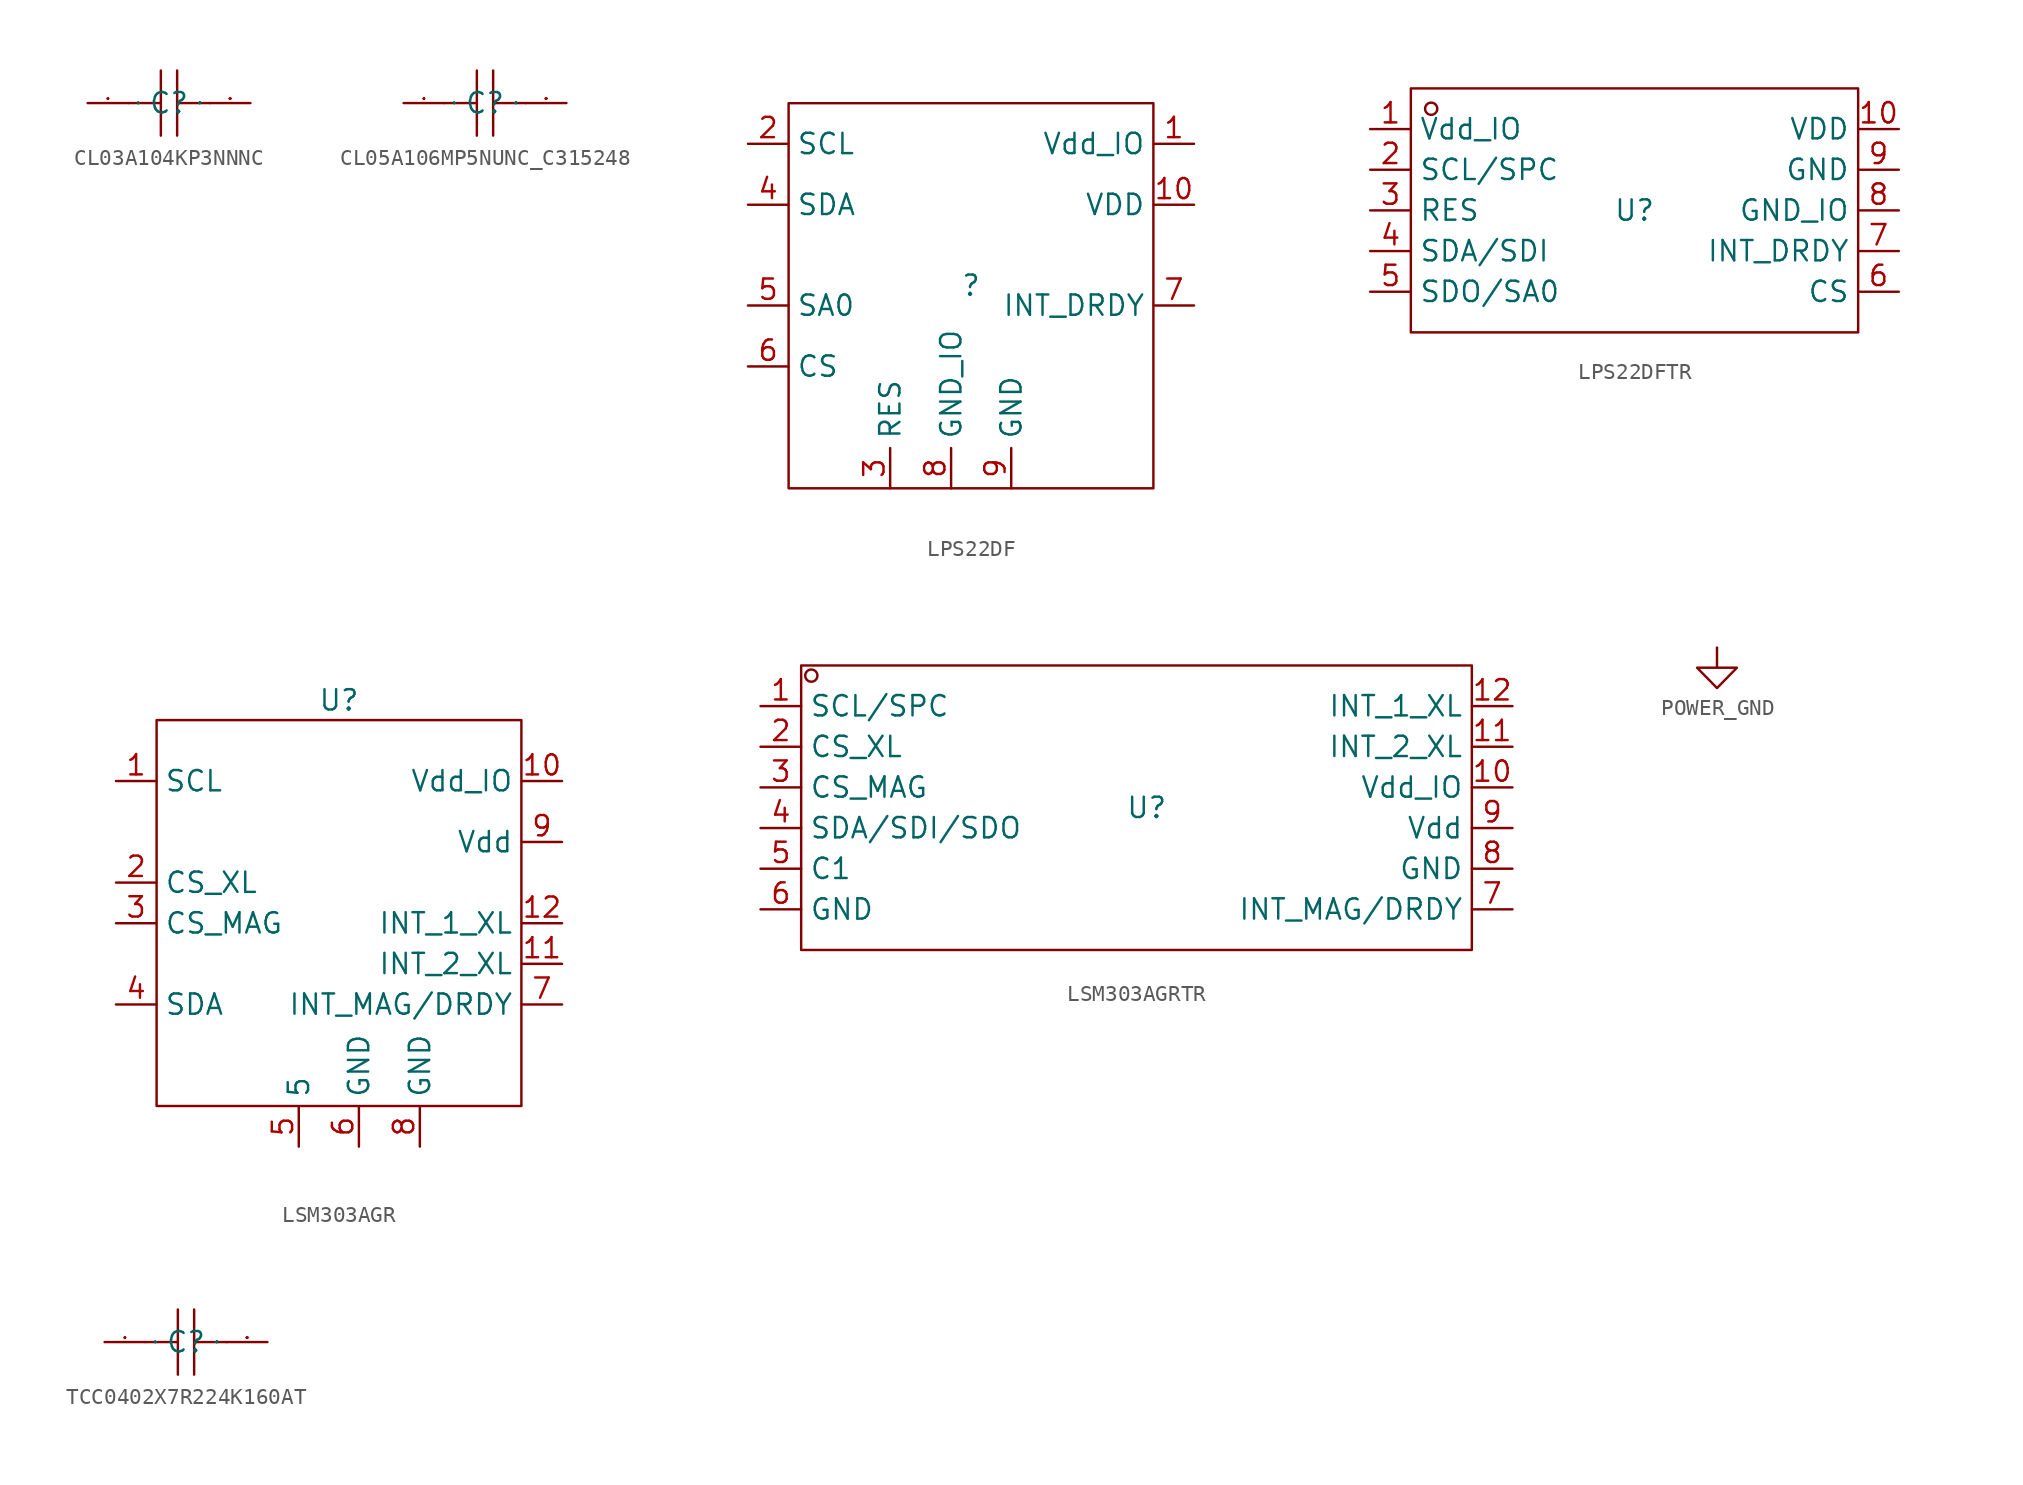
<source format=kicad_sym>
(kicad_symbol_lib
  (version 20231120)
  (generator "kicad_symbol_editor")
  (generator_version "8.0")
  (symbol "CL03A104KP3NNNC"
    (property "Reference" "C"
      (at 0 0 0)
      (effects (font (size 1.27 1.27))))
    (symbol "CL03A104KP3NNNC_1_0"
      (polyline (pts (xy -0.508 -2.032) (xy -0.508 2.032)) (stroke (width 0) (type default)) (fill (type none)))
      (polyline (pts (xy -0.508 0) (xy -2.54 0)) (stroke (width 0) (type default)) (fill (type none)))
      (polyline (pts (xy 0.508 2.032) (xy 0.508 -2.032)) (stroke (width 0) (type default)) (fill (type none)))
      (polyline (pts (xy 2.54 0) (xy 0.508 0)) (stroke (width 0) (type default)) (fill (type none)))
      (pin unspecified line (at -5.08 0 0) (length 2.54) (name "1" (effects (font (size 0.025 0.025)))) (number "1" (effects (font (size 0.025 0.025)))))
      (pin unspecified line (at 5.08 0 180) (length 2.54) (name "2" (effects (font (size 0.025 0.025)))) (number "2" (effects (font (size 0.025 0.025)))))))
  (symbol "CL05A106MP5NUNC_C315248"
    (property "Reference" "C"
      (at 0 0 0)
      (effects (font (size 1.27 1.27))))
    (symbol "CL05A106MP5NUNC_C315248_1_0"
      (polyline (pts (xy -0.508 -2.032) (xy -0.508 2.032)) (stroke (width 0) (type default)) (fill (type none)))
      (polyline (pts (xy -0.508 0) (xy -2.54 0)) (stroke (width 0) (type default)) (fill (type none)))
      (polyline (pts (xy 0.508 2.032) (xy 0.508 -2.032)) (stroke (width 0) (type default)) (fill (type none)))
      (polyline (pts (xy 2.54 0) (xy 0.508 0)) (stroke (width 0) (type default)) (fill (type none)))
      (pin unspecified line (at -5.08 0 0) (length 2.54) (name "1" (effects (font (size 0.025 0.025)))) (number "1" (effects (font (size 0.025 0.025)))))
      (pin unspecified line (at 5.08 0 180) (length 2.54) (name "2" (effects (font (size 0.025 0.025)))) (number "2" (effects (font (size 0.025 0.025)))))))
  (symbol "LPS22DF"
    (property "Reference" ""
      (at 0 0 0)
      (effects (font (size 1.27 1.27))))
    (symbol "LPS22DF_1_0"
      (rectangle (start -11.405 -12.675) (end 11.405 11.405) (stroke (width 0) (type default)) (fill (type none)))
      (pin unspecified line (at 13.945 8.865 180) (length 2.515) (name "Vdd_IO" (effects (font (size 1.27 1.27)))) (number "1" (effects (font (size 1.27 1.27)))))
      (pin unspecified line (at 13.945 5.055 180) (length 2.515) (name "VDD" (effects (font (size 1.27 1.27)))) (number "10" (effects (font (size 1.257 1.257)))))
      (pin input line (at -13.945 8.865 0) (length 2.515) (name "SCL" (effects (font (size 1.27 1.27)))) (number "2" (effects (font (size 1.27 1.27)))))
      (pin unspecified line (at -5.055 -12.675 90) (length 2.515) (name "RES" (effects (font (size 1.27 1.27)))) (number "3" (effects (font (size 1.27 1.27)))))
      (pin bidirectional line (at -13.945 5.055 0) (length 2.515) (name "SDA" (effects (font (size 1.27 1.27)))) (number "4" (effects (font (size 1.27 1.27)))))
      (pin bidirectional line (at -13.945 -1.245 0) (length 2.515) (name "SA0" (effects (font (size 1.27 1.27)))) (number "5" (effects (font (size 1.27 1.27)))))
      (pin input line (at -13.945 -5.055 0) (length 2.515) (name "CS" (effects (font (size 1.27 1.27)))) (number "6" (effects (font (size 1.27 1.27)))))
      (pin output line (at 13.945 -1.245 180) (length 2.515) (name "INT_DRDY" (effects (font (size 1.27 1.27)))) (number "7" (effects (font (size 1.27 1.27)))))
      (pin unspecified line (at -1.245 -12.675 90) (length 2.515) (name "GND_IO" (effects (font (size 1.27 1.27)))) (number "8" (effects (font (size 1.27 1.27)))))
      (pin unspecified line (at 2.515 -12.675 90) (length 2.515) (name "GND" (effects (font (size 1.27 1.27)))) (number "9" (effects (font (size 1.27 1.27)))))))
  (symbol "LPS22DFTR"
    (property "Reference" "U"
      (at 0 0 0)
      (effects (font (size 1.27 1.27))))
    (property "Value" ""
      (at 0 0 0)
      (effects (font (size 1.27 1.27))))
    (symbol "LPS22DFTR_1_0"
      (rectangle (start -13.97 -7.62) (end 13.97 7.62) (stroke (width 0) (type default)) (fill (type none)))
      (circle (center -12.7 6.35) (radius 0.381) (stroke (width 0) (type default)) (fill (type none)))
      (pin unspecified line (at -16.51 5.08 0) (length 2.54) (name "Vdd_IO" (effects (font (size 1.27 1.27)))) (number "1" (effects (font (size 1.27 1.27)))))
      (pin unspecified line (at 16.51 5.08 180) (length 2.54) (name "VDD" (effects (font (size 1.27 1.27)))) (number "10" (effects (font (size 1.27 1.27)))))
      (pin unspecified line (at -16.51 2.54 0) (length 2.54) (name "SCL/SPC" (effects (font (size 1.27 1.27)))) (number "2" (effects (font (size 1.27 1.27)))))
      (pin unspecified line (at -16.51 0 0) (length 2.54) (name "RES" (effects (font (size 1.27 1.27)))) (number "3" (effects (font (size 1.27 1.27)))))
      (pin unspecified line (at -16.51 -2.54 0) (length 2.54) (name "SDA/SDI" (effects (font (size 1.27 1.27)))) (number "4" (effects (font (size 1.27 1.27)))))
      (pin unspecified line (at -16.51 -5.08 0) (length 2.54) (name "SDO/SA0" (effects (font (size 1.27 1.27)))) (number "5" (effects (font (size 1.27 1.27)))))
      (pin unspecified line (at 16.51 -5.08 180) (length 2.54) (name "CS" (effects (font (size 1.27 1.27)))) (number "6" (effects (font (size 1.27 1.27)))))
      (pin unspecified line (at 16.51 -2.54 180) (length 2.54) (name "INT_DRDY" (effects (font (size 1.27 1.27)))) (number "7" (effects (font (size 1.27 1.27)))))
      (pin unspecified line (at 16.51 0 180) (length 2.54) (name "GND_IO" (effects (font (size 1.27 1.27)))) (number "8" (effects (font (size 1.27 1.27)))))
      (pin unspecified line (at 16.51 2.54 180) (length 2.54) (name "GND" (effects (font (size 1.27 1.27)))) (number "9" (effects (font (size 1.27 1.27)))))))
  (symbol "LSM303AGR"
    (property "Reference" "U"
      (at 0 0 0)
      (effects (font (size 1.27 1.27))))
    (symbol "LSM303AGR_1_0"
      (rectangle (start -11.405 -25.375) (end 11.405 -1.245) (stroke (width 0) (type default)) (fill (type none)))
      (pin input line (at -13.945 -5.055 0) (length 2.515) (name "SCL" (effects (font (size 1.27 1.27)))) (number "1" (effects (font (size 1.27 1.27)))))
      (pin unspecified line (at 13.945 -5.055 180) (length 2.515) (name "Vdd_IO" (effects (font (size 1.27 1.27)))) (number "10" (effects (font (size 1.257 1.257)))))
      (pin output line (at 13.945 -16.485 180) (length 2.515) (name "INT_2_XL" (effects (font (size 1.27 1.27)))) (number "11" (effects (font (size 1.257 1.257)))))
      (pin output line (at 13.945 -13.945 180) (length 2.515) (name "INT_1_XL" (effects (font (size 1.27 1.27)))) (number "12" (effects (font (size 1.257 1.257)))))
      (pin input line (at -13.945 -11.405 0) (length 2.515) (name "CS_XL" (effects (font (size 1.27 1.27)))) (number "2" (effects (font (size 1.27 1.27)))))
      (pin input line (at -13.945 -13.945 0) (length 2.515) (name "CS_MAG" (effects (font (size 1.27 1.27)))) (number "3" (effects (font (size 1.27 1.27)))))
      (pin bidirectional line (at -13.945 -19.025 0) (length 2.515) (name "SDA" (effects (font (size 1.27 1.27)))) (number "4" (effects (font (size 1.27 1.27)))))
      (pin unspecified line (at -2.515 -27.915 90) (length 2.515) (name "5" (effects (font (size 1.27 1.27)))) (number "5" (effects (font (size 1.27 1.27)))))
      (pin unspecified line (at 1.245 -27.915 90) (length 2.515) (name "GND" (effects (font (size 1.27 1.27)))) (number "6" (effects (font (size 1.27 1.27)))))
      (pin output line (at 13.945 -19.025 180) (length 2.515) (name "INT_MAG/DRDY" (effects (font (size 1.27 1.27)))) (number "7" (effects (font (size 1.27 1.27)))))
      (pin unspecified line (at 5.055 -27.915 90) (length 2.515) (name "GND" (effects (font (size 1.27 1.27)))) (number "8" (effects (font (size 1.27 1.27)))))
      (pin unspecified line (at 13.945 -8.865 180) (length 2.515) (name "Vdd" (effects (font (size 1.27 1.27)))) (number "9" (effects (font (size 1.27 1.27)))))))
  (symbol "LSM303AGRTR"
    (property "Reference" "U"
      (at 0 0 0)
      (effects (font (size 1.27 1.27))))
    (property "Value" ""
      (at 0 0 0)
      (effects (font (size 1.27 1.27))))
    (symbol "LSM303AGRTR_1_0"
      (rectangle (start -21.59 -8.89) (end 20.32 8.89) (stroke (width 0) (type default)) (fill (type none)))
      (circle (center -20.955 8.255) (radius 0.381) (stroke (width 0) (type default)) (fill (type none)))
      (pin unspecified line (at -24.13 6.35 0) (length 2.54) (name "SCL/SPC" (effects (font (size 1.27 1.27)))) (number "1" (effects (font (size 1.27 1.27)))))
      (pin unspecified line (at 22.86 1.27 180) (length 2.54) (name "Vdd_IO" (effects (font (size 1.27 1.27)))) (number "10" (effects (font (size 1.27 1.27)))))
      (pin unspecified line (at 22.86 3.81 180) (length 2.54) (name "INT_2_XL" (effects (font (size 1.27 1.27)))) (number "11" (effects (font (size 1.27 1.27)))))
      (pin unspecified line (at 22.86 6.35 180) (length 2.54) (name "INT_1_XL" (effects (font (size 1.27 1.27)))) (number "12" (effects (font (size 1.27 1.27)))))
      (pin unspecified line (at -24.13 3.81 0) (length 2.54) (name "CS_XL" (effects (font (size 1.27 1.27)))) (number "2" (effects (font (size 1.27 1.27)))))
      (pin unspecified line (at -24.13 1.27 0) (length 2.54) (name "CS_MAG" (effects (font (size 1.27 1.27)))) (number "3" (effects (font (size 1.27 1.27)))))
      (pin unspecified line (at -24.13 -1.27 0) (length 2.54) (name "SDA/SDI/SDO" (effects (font (size 1.27 1.27)))) (number "4" (effects (font (size 1.27 1.27)))))
      (pin unspecified line (at -24.13 -3.81 0) (length 2.54) (name "C1" (effects (font (size 1.27 1.27)))) (number "5" (effects (font (size 1.27 1.27)))))
      (pin unspecified line (at -24.13 -6.35 0) (length 2.54) (name "GND" (effects (font (size 1.27 1.27)))) (number "6" (effects (font (size 1.27 1.27)))))
      (pin unspecified line (at 22.86 -6.35 180) (length 2.54) (name "INT_MAG/DRDY" (effects (font (size 1.27 1.27)))) (number "7" (effects (font (size 1.27 1.27)))))
      (pin unspecified line (at 22.86 -3.81 180) (length 2.54) (name "GND" (effects (font (size 1.27 1.27)))) (number "8" (effects (font (size 1.27 1.27)))))
      (pin unspecified line (at 22.86 -1.27 180) (length 2.54) (name "Vdd" (effects (font (size 1.27 1.27)))) (number "9" (effects (font (size 1.27 1.27)))))))
  (symbol "POWER_GND"
    (power)
    (pin_numbers hide)
    (pin_names hide)
    (property "Reference" "#PWR"
      (at 0 0 0)
      (effects (font (size 1.27 1.27)) (hide yes)))
    (symbol "POWER_GND_1_0"
      (polyline (pts (xy 0 0) (xy 0 -1.245) (xy 0 -1.245) (xy 1.245 -1.245) (xy 1.245 -1.245) (xy 0 -2.515) (xy 0 -2.515) (xy -1.245 -1.245) (xy -1.245 -1.245) (xy 0 -1.245)) (stroke (width 0) (type default)) (fill (type none)))
      (pin power_in line (at 0 0 270) (length 0) (name "" (effects (font (size 1.27 1.27)))) (number "1" (effects (font (size 0 0)))))))
  (symbol "TCC0402X7R224K160AT"
    (property "Reference" "C"
      (at 0 0 0)
      (effects (font (size 1.27 1.27))))
    (symbol "TCC0402X7R224K160AT_1_0"
      (polyline (pts (xy -0.508 -2.032) (xy -0.508 2.032)) (stroke (width 0) (type default)) (fill (type none)))
      (polyline (pts (xy -0.508 0) (xy -2.54 0)) (stroke (width 0) (type default)) (fill (type none)))
      (polyline (pts (xy 0.508 2.032) (xy 0.508 -2.032)) (stroke (width 0) (type default)) (fill (type none)))
      (polyline (pts (xy 2.54 0) (xy 0.508 0)) (stroke (width 0) (type default)) (fill (type none)))
      (pin input line (at -5.08 0 0) (length 2.54) (name "1" (effects (font (size 0.025 0.025)))) (number "1" (effects (font (size 0.025 0.025)))))
      (pin input line (at 5.08 0 180) (length 2.54) (name "2" (effects (font (size 0.025 0.025)))) (number "2" (effects (font (size 0.025 0.025))))))))
</source>
